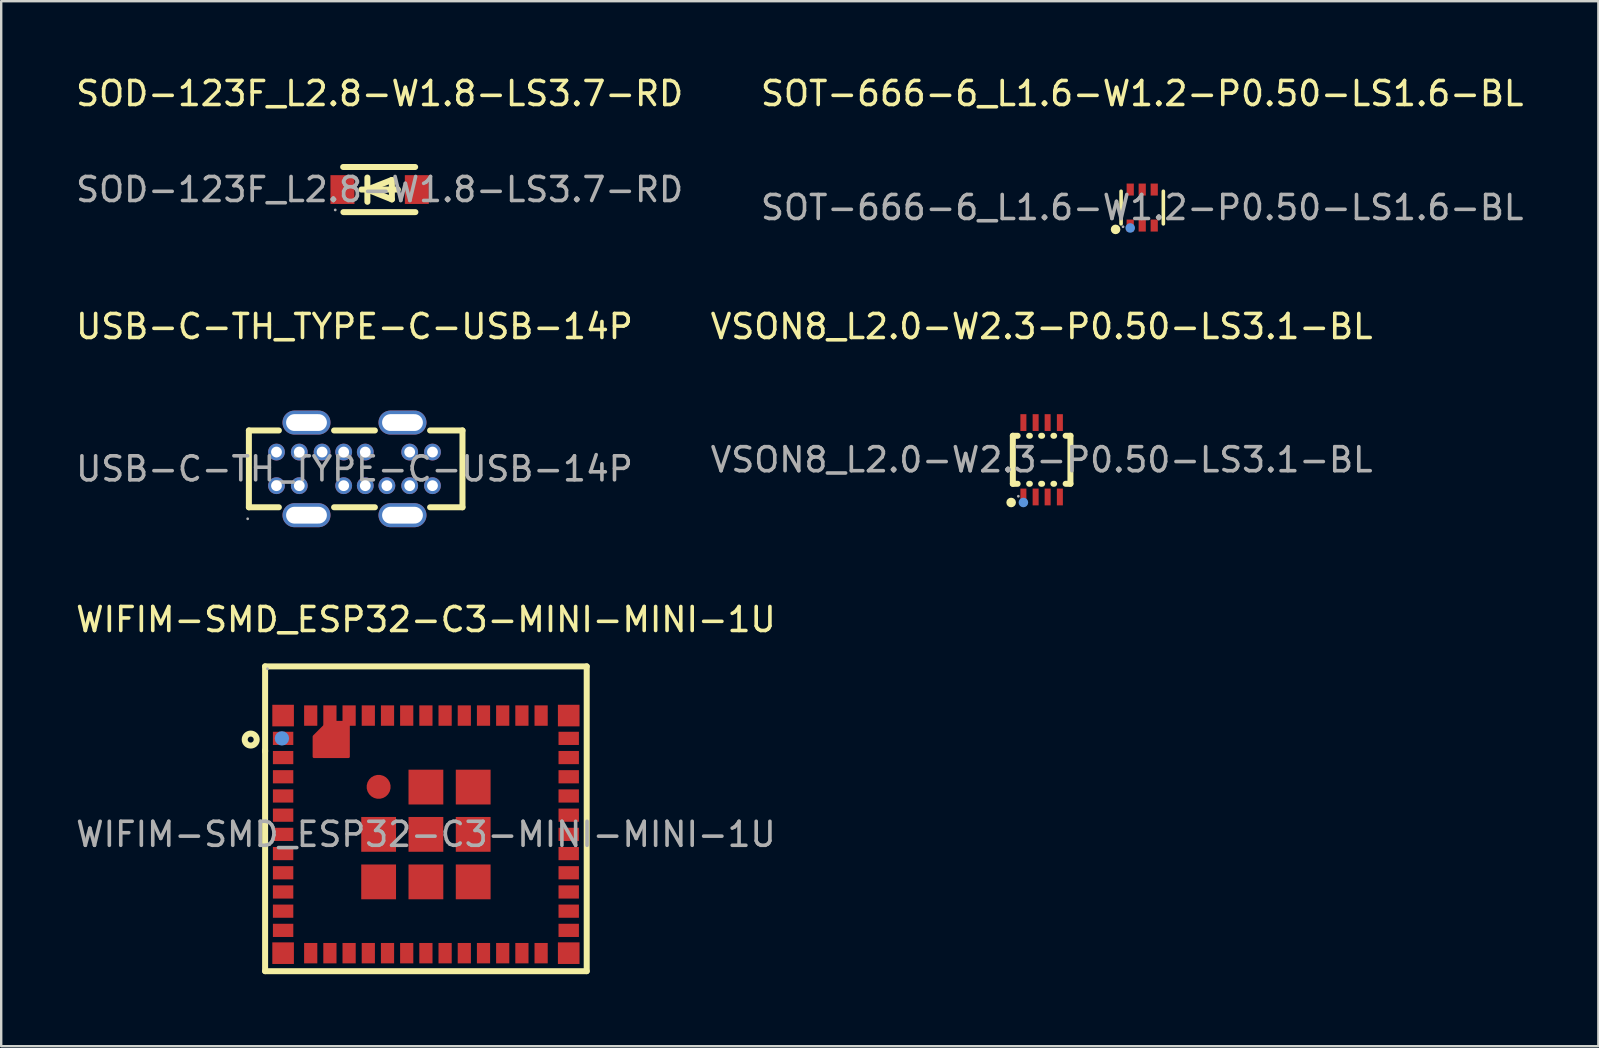
<source format=kicad_pcb>
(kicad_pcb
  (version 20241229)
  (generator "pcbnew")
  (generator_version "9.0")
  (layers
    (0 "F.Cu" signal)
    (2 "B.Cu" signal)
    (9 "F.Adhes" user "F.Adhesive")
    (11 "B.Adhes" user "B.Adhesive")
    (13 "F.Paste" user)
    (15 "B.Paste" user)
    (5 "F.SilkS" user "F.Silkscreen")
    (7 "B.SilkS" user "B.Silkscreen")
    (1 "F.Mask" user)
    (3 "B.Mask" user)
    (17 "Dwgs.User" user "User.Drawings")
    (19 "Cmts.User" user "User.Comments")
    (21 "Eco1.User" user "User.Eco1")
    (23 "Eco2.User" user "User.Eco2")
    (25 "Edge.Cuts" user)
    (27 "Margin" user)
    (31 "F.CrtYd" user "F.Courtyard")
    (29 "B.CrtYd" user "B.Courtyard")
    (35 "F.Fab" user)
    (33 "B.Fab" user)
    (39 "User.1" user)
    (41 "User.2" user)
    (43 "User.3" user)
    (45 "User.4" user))
  (footprint "SOD-123F_L2.8-W1.8-LS3.7-RD"
    (layer "F.Cu")
    (at 12.768 4.848)
    (property "Reference" "SOD-123F_L2.8-W1.8-LS3.7-RD" (at 0 -4 0) (layer "F.SilkS") (effects (font (size 1 1) (thickness 0.15))))
    (attr smd)
    (fp_line (start -1.52 -0.94) (end 1.48 -0.94) (stroke (width 0.25) (type solid)) (layer "F.SilkS"))
    (fp_line (start -1.51 0.94) (end 1.49 0.94) (stroke (width 0.25) (type solid)) (layer "F.SilkS"))
    (fp_line (start -0.76 0) (end 0.76 0) (stroke (width 0.25) (type solid)) (layer "F.SilkS"))
    (fp_line (start -0.51 -0.5) (end -0.51 0.51) (stroke (width 0.25) (type solid)) (layer "F.SilkS"))
    (fp_line (start -0.51 0) (end 0.51 -0.4) (stroke (width 0.25) (type solid)) (layer "F.SilkS"))
    (fp_line (start 0.51 -0.4) (end 0.51 0.41) (stroke (width 0.25) (type solid)) (layer "F.SilkS"))
    (fp_line (start 0.51 0.41) (end -0.51 0) (stroke (width 0.25) (type solid)) (layer "F.SilkS"))
    (fp_circle (center -1.85 0.85) (end -1.82 0.85) (stroke (width 0.06) (type solid)) (fill no) (layer "F.Fab"))
    (fp_text user "${REFERENCE}" (at 0 0 0) (layer "F.Fab") (effects (font (size 1 1) (thickness 0.15))))
    (pad "1" smd rect (at -1.55 0) (size 1 1.2) (layers "F.Cu" "F.Mask" "F.Paste"))
    (pad "2" smd rect (at 1.55 0) (size 1 1.2) (layers "F.Cu" "F.Mask" "F.Paste")))
  (footprint "SOT-666-6_L1.6-W1.2-P0.50-LS1.6-BL"
    (layer "F.Cu")
    (at 44.542 5.598)
    (property "Reference" "SOT-666-6_L1.6-W1.2-P0.50-LS1.6-BL" (at 0 -4.75 0) (layer "F.SilkS") (effects (font (size 1 1) (thickness 0.15))))
    (attr smd)
    (fp_line (start -0.88 0.68) (end -0.88 -0.68) (stroke (width 0.15) (type solid)) (layer "F.SilkS"))
    (fp_line (start 0.88 0.68) (end 0.88 -0.68) (stroke (width 0.15) (type solid)) (layer "F.SilkS"))
    (fp_circle (center -1.11 0.91) (end -1.01 0.91) (stroke (width 0.2) (type solid)) (fill no) (layer "F.SilkS"))
    (fp_circle (center -0.5 0.85) (end -0.4 0.85) (stroke (width 0.2) (type solid)) (fill no) (layer "Cmts.User"))
    (fp_circle (center -0.8 0.8) (end -0.77 0.8) (stroke (width 0.06) (type solid)) (fill no) (layer "F.Fab"))
    (fp_text user "${REFERENCE}" (at 0 0 0) (layer "F.Fab") (effects (font (size 1 1) (thickness 0.15))))
    (pad "1" smd rect (at -0.5 0.75) (size 0.3 0.5) (layers "F.Cu" "F.Mask" "F.Paste"))
    (pad "2" smd rect (at 0 0.75) (size 0.3 0.5) (layers "F.Cu" "F.Mask" "F.Paste"))
    (pad "3" smd rect (at 0.5 0.75) (size 0.3 0.5) (layers "F.Cu" "F.Mask" "F.Paste"))
    (pad "4" smd rect (at 0.5 -0.75) (size 0.3 0.5) (layers "F.Cu" "F.Mask" "F.Paste"))
    (pad "5" smd rect (at 0 -0.75) (size 0.3 0.5) (layers "F.Cu" "F.Mask" "F.Paste"))
    (pad "6" smd rect (at -0.5 -0.75) (size 0.3 0.5) (layers "F.Cu" "F.Mask" "F.Paste")))
  (footprint "VSON8_L2.0-W2.3-P0.50-LS3.1-BL"
    (layer "F.Cu")
    (at 40.351 16.107)
    (property "Reference" "VSON8_L2.0-W2.3-P0.50-LS3.1-BL" (at 0 -5.55 0) (layer "F.SilkS") (effects (font (size 1 1) (thickness 0.15))))
    (attr smd)
    (fp_line (start -1.2 -1) (end -1 -1) (stroke (width 0.25) (type solid)) (layer "F.SilkS"))
    (fp_line (start -1.2 1) (end -1.2 -1) (stroke (width 0.25) (type solid)) (layer "F.SilkS"))
    (fp_line (start -1.2 1) (end -1 1) (stroke (width 0.25) (type solid)) (layer "F.SilkS"))
    (fp_line (start -0.52 -1) (end -0.49 -1) (stroke (width 0.25) (type solid)) (layer "F.SilkS"))
    (fp_line (start -0.52 1) (end -0.49 1) (stroke (width 0.25) (type solid)) (layer "F.SilkS"))
    (fp_line (start -0.02 -1) (end 0.02 -1) (stroke (width 0.25) (type solid)) (layer "F.SilkS"))
    (fp_line (start -0.02 1) (end 0.02 1) (stroke (width 0.25) (type solid)) (layer "F.SilkS"))
    (fp_line (start 0.49 -1) (end 0.52 -1) (stroke (width 0.25) (type solid)) (layer "F.SilkS"))
    (fp_line (start 0.49 1) (end 0.52 1) (stroke (width 0.25) (type solid)) (layer "F.SilkS"))
    (fp_line (start 1 -1) (end 1.2 -1) (stroke (width 0.25) (type solid)) (layer "F.SilkS"))
    (fp_line (start 1 1) (end 1.2 1) (stroke (width 0.25) (type solid)) (layer "F.SilkS"))
    (fp_line (start 1.2 -1) (end 1.2 1) (stroke (width 0.25) (type solid)) (layer "F.SilkS"))
    (fp_circle (center -1.27 1.78) (end -1.17 1.78) (stroke (width 0.2) (type solid)) (fill no) (layer "F.SilkS"))
    (fp_circle (center -0.76 1.78) (end -0.66 1.78) (stroke (width 0.2) (type solid)) (fill no) (layer "Cmts.User"))
    (fp_circle (center -0.97 1.52) (end -0.94 1.52) (stroke (width 0.06) (type solid)) (fill no) (layer "F.Fab"))
    (fp_text user "${REFERENCE}" (at 0 0 0) (layer "F.Fab") (effects (font (size 1 1) (thickness 0.15))))
    (pad "1" smd rect (at -0.76 1.55 180) (size 0.25 0.7) (layers "F.Cu" "F.Mask" "F.Paste"))
    (pad "2" smd rect (at -0.25 1.55 180) (size 0.25 0.7) (layers "F.Cu" "F.Mask" "F.Paste"))
    (pad "3" smd rect (at 0.25 1.55 180) (size 0.25 0.7) (layers "F.Cu" "F.Mask" "F.Paste"))
    (pad "4" smd rect (at 0.76 1.55 180) (size 0.25 0.7) (layers "F.Cu" "F.Mask" "F.Paste"))
    (pad "5" smd rect (at 0.76 -1.55 180) (size 0.25 0.7) (layers "F.Cu" "F.Mask" "F.Paste"))
    (pad "6" smd rect (at 0.25 -1.55 180) (size 0.25 0.7) (layers "F.Cu" "F.Mask" "F.Paste"))
    (pad "7" smd rect (at -0.25 -1.55 180) (size 0.25 0.7) (layers "F.Cu" "F.Mask" "F.Paste"))
    (pad "8" smd rect (at -0.76 -1.55 180) (size 0.25 0.7) (layers "F.Cu" "F.Mask" "F.Paste")))
  (footprint "WIFIM-SMD_ESP32-C3-MINI-MINI-1U"
    (layer "F.Cu")
    (at 14.696 31.715)
    (property "Reference" "WIFIM-SMD_ESP32-C3-MINI-MINI-1U" (at 0 -8.95 0) (layer "F.SilkS") (effects (font (size 1 1) (thickness 0.15))))
    (attr smd)
    (fp_line (start -6.7 -7) (end -6.7 -3.45) (stroke (width 0.25) (type solid)) (layer "F.SilkS"))
    (fp_line (start -6.7 -3.5) (end -6.7 5.7) (stroke (width 0.25) (type solid)) (layer "F.SilkS"))
    (fp_line (start -6.7 5.7) (end 6.7 5.7) (stroke (width 0.25) (type solid)) (layer "F.SilkS"))
    (fp_line (start 6.7 -7) (end -6.7 -7) (stroke (width 0.25) (type solid)) (layer "F.SilkS"))
    (fp_line (start 6.7 5.7) (end 6.7 -7) (stroke (width 0.25) (type solid)) (layer "F.SilkS"))
    (fp_circle (center -7.3 -3.95) (end -7.05 -3.95) (stroke (width 0.25) (type solid)) (fill no) (layer "F.SilkS"))
    (fp_circle (center -6 -4) (end -5.85 -4) (stroke (width 0.3) (type solid)) (fill no) (layer "Cmts.User"))
    (fp_circle (center -6.6 -6.9) (end -6.57 -6.9) (stroke (width 0.06) (type solid)) (fill no) (layer "F.Fab"))
    (fp_text user "${REFERENCE}" (at 0 0 0) (layer "F.Fab") (effects (font (size 1 1) (thickness 0.15))))
    (pad "1" smd rect (at -5.95 -4) (size 0.85 0.55) (layers "F.Cu" "F.Mask" "F.Paste"))
    (pad "2" smd rect (at -5.95 -3.2) (size 0.85 0.55) (layers "F.Cu" "F.Mask" "F.Paste"))
    (pad "3" smd rect (at -5.95 -2.4) (size 0.85 0.55) (layers "F.Cu" "F.Mask" "F.Paste"))
    (pad "4" smd rect (at -5.95 -1.6) (size 0.85 0.55) (layers "F.Cu" "F.Mask" "F.Paste"))
    (pad "5" smd rect (at -5.95 -0.8) (size 0.85 0.55) (layers "F.Cu" "F.Mask" "F.Paste"))
    (pad "6" smd rect (at -5.95 0) (size 0.85 0.55) (layers "F.Cu" "F.Mask" "F.Paste"))
    (pad "7" smd rect (at -5.95 0.8) (size 0.85 0.55) (layers "F.Cu" "F.Mask" "F.Paste"))
    (pad "8" smd rect (at -5.95 1.6) (size 0.85 0.55) (layers "F.Cu" "F.Mask" "F.Paste"))
    (pad "9" smd rect (at -5.95 2.4) (size 0.85 0.55) (layers "F.Cu" "F.Mask" "F.Paste"))
    (pad "10" smd rect (at -5.95 3.2) (size 0.85 0.55) (layers "F.Cu" "F.Mask" "F.Paste"))
    (pad "11" smd rect (at -5.95 4) (size 0.85 0.55) (layers "F.Cu" "F.Mask" "F.Paste"))
    (pad "12" smd rect (at -4.8 4.95 90) (size 0.85 0.55) (layers "F.Cu" "F.Mask" "F.Paste"))
    (pad "13" smd rect (at -4 4.95 90) (size 0.85 0.55) (layers "F.Cu" "F.Mask" "F.Paste"))
    (pad "14" smd rect (at -3.2 4.95 90) (size 0.85 0.55) (layers "F.Cu" "F.Mask" "F.Paste"))
    (pad "15" smd rect (at -2.4 4.95 90) (size 0.85 0.55) (layers "F.Cu" "F.Mask" "F.Paste"))
    (pad "16" smd rect (at -1.6 4.95 90) (size 0.85 0.55) (layers "F.Cu" "F.Mask" "F.Paste"))
    (pad "17" smd rect (at -0.8 4.95 90) (size 0.85 0.55) (layers "F.Cu" "F.Mask" "F.Paste"))
    (pad "18" smd rect (at 0 4.95 90) (size 0.85 0.55) (layers "F.Cu" "F.Mask" "F.Paste"))
    (pad "19" smd rect (at 0.8 4.95 90) (size 0.85 0.55) (layers "F.Cu" "F.Mask" "F.Paste"))
    (pad "20" smd rect (at 1.6 4.95 90) (size 0.85 0.55) (layers "F.Cu" "F.Mask" "F.Paste"))
    (pad "21" smd rect (at 2.4 4.95 90) (size 0.85 0.55) (layers "F.Cu" "F.Mask" "F.Paste"))
    (pad "22" smd rect (at 3.2 4.95 90) (size 0.85 0.55) (layers "F.Cu" "F.Mask" "F.Paste"))
    (pad "23" smd rect (at 4 4.95 90) (size 0.85 0.55) (layers "F.Cu" "F.Mask" "F.Paste"))
    (pad "24" smd rect (at 4.8 4.95 90) (size 0.85 0.55) (layers "F.Cu" "F.Mask" "F.Paste"))
    (pad "25" smd rect (at 5.95 4 180) (size 0.85 0.55) (layers "F.Cu" "F.Mask" "F.Paste"))
    (pad "26" smd rect (at 5.95 3.2 180) (size 0.85 0.55) (layers "F.Cu" "F.Mask" "F.Paste"))
    (pad "27" smd rect (at 5.95 2.4 180) (size 0.85 0.55) (layers "F.Cu" "F.Mask" "F.Paste"))
    (pad "28" smd rect (at 5.95 1.6 180) (size 0.85 0.55) (layers "F.Cu" "F.Mask" "F.Paste"))
    (pad "29" smd rect (at 5.95 0.8 180) (size 0.85 0.55) (layers "F.Cu" "F.Mask" "F.Paste"))
    (pad "30" smd rect (at 5.95 0 180) (size 0.85 0.55) (layers "F.Cu" "F.Mask" "F.Paste"))
    (pad "31" smd rect (at 5.95 -0.8) (size 0.85 0.55) (layers "F.Cu" "F.Mask" "F.Paste"))
    (pad "32" smd rect (at 5.95 -1.6) (size 0.85 0.55) (layers "F.Cu" "F.Mask" "F.Paste"))
    (pad "33" smd rect (at 5.95 -2.4) (size 0.85 0.55) (layers "F.Cu" "F.Mask" "F.Paste"))
    (pad "34" smd rect (at 5.95 -3.2) (size 0.85 0.55) (layers "F.Cu" "F.Mask" "F.Paste"))
    (pad "35" smd rect (at 5.95 -4) (size 0.85 0.55) (layers "F.Cu" "F.Mask" "F.Paste"))
    (pad "36" smd rect (at 4.8 -4.95 90) (size 0.85 0.55) (layers "F.Cu" "F.Mask" "F.Paste"))
    (pad "37" smd rect (at 4 -4.95 90) (size 0.85 0.55) (layers "F.Cu" "F.Mask" "F.Paste"))
    (pad "38" smd rect (at 3.2 -4.95 90) (size 0.85 0.55) (layers "F.Cu" "F.Mask" "F.Paste"))
    (pad "39" smd rect (at 2.4 -4.95 90) (size 0.85 0.55) (layers "F.Cu" "F.Mask" "F.Paste"))
    (pad "40" smd rect (at 1.6 -4.95 90) (size 0.85 0.55) (layers "F.Cu" "F.Mask" "F.Paste"))
    (pad "41" smd rect (at 0.8 -4.95 90) (size 0.85 0.55) (layers "F.Cu" "F.Mask" "F.Paste"))
    (pad "42" smd rect (at 0 -4.95 90) (size 0.85 0.55) (layers "F.Cu" "F.Mask" "F.Paste"))
    (pad "43" smd rect (at -0.8 -4.95 90) (size 0.85 0.55) (layers "F.Cu" "F.Mask" "F.Paste"))
    (pad "44" smd rect (at -1.6 -4.95 90) (size 0.85 0.55) (layers "F.Cu" "F.Mask" "F.Paste"))
    (pad "45" smd rect (at -2.4 -4.95 90) (size 0.85 0.55) (layers "F.Cu" "F.Mask" "F.Paste"))
    (pad "46" smd rect (at -3.2 -4.95 90) (size 0.85 0.55) (layers "F.Cu" "F.Mask" "F.Paste"))
    (pad "47" smd rect (at -4 -4.95 90) (size 0.85 0.55) (layers "F.Cu" "F.Mask" "F.Paste"))
    (pad "48" smd rect (at -4.8 -4.95 90) (size 0.85 0.55) (layers "F.Cu" "F.Mask" "F.Paste"))
    (pad "49" smd custom (at -1.97 -1.98) (size 1 1) (layers "F.Cu" "F.Mask" "F.Paste") (options (anchor circle)) (primitives (gr_poly (pts (xy -2.7 -2.1) (xy -2.1 -2.7) (xy -1.25 -2.7) (xy -1.25 -1.25) (xy -2.7 -1.25)) (width 0.1) (fill yes))))
    (pad "49" smd rect (at -1.97 0) (size 1.45 1.45) (layers "F.Cu" "F.Mask" "F.Paste"))
    (pad "49" smd rect (at -1.97 1.98) (size 1.45 1.45) (layers "F.Cu" "F.Mask" "F.Paste"))
    (pad "49" smd rect (at 0 -1.97) (size 1.45 1.45) (layers "F.Cu" "F.Mask" "F.Paste"))
    (pad "49" smd rect (at 0 0) (size 1.45 1.45) (layers "F.Cu" "F.Mask" "F.Paste"))
    (pad "49" smd rect (at 0 1.98) (size 1.45 1.45) (layers "F.Cu" "F.Mask" "F.Paste"))
    (pad "49" smd rect (at 1.97 -1.97) (size 1.45 1.45) (layers "F.Cu" "F.Mask" "F.Paste"))
    (pad "49" smd rect (at 1.97 0) (size 1.45 1.45) (layers "F.Cu" "F.Mask" "F.Paste"))
    (pad "49" smd rect (at 1.97 1.98) (size 1.45 1.45) (layers "F.Cu" "F.Mask" "F.Paste"))
    (pad "50" smd rect (at 5.95 -4.95) (size 0.9 0.9) (layers "F.Cu" "F.Mask" "F.Paste"))
    (pad "51" smd rect (at 5.95 4.95) (size 0.9 0.9) (layers "F.Cu" "F.Mask" "F.Paste"))
    (pad "52" smd rect (at -5.95 4.95) (size 0.9 0.9) (layers "F.Cu" "F.Mask" "F.Paste"))
    (pad "53" smd rect (at -5.95 -4.95) (size 0.9 0.9) (layers "F.Cu" "F.Mask" "F.Paste")))
  (footprint "USB-C-TH_TYPE-C-USB-14P"
    (layer "F.Cu")
    (at 11.72 16.486)
    (property "Reference" "USB-C-TH_TYPE-C-USB-14P" (at 0 -5.93 0) (layer "F.SilkS") (effects (font (size 1 1) (thickness 0.15))))
    (attr through_hole)
    (fp_line (start -4.4 -1.6) (end -3.15 -1.6) (stroke (width 0.25) (type solid)) (layer "F.SilkS"))
    (fp_line (start -4.4 1.6) (end -4.4 -1.6) (stroke (width 0.25) (type solid)) (layer "F.SilkS"))
    (fp_line (start -3.15 1.6) (end -4.4 1.6) (stroke (width 0.25) (type solid)) (layer "F.SilkS"))
    (fp_line (start -0.85 -1.6) (end 0.85 -1.6) (stroke (width 0.25) (type solid)) (layer "F.SilkS"))
    (fp_line (start 0.85 1.6) (end -0.85 1.6) (stroke (width 0.25) (type solid)) (layer "F.SilkS"))
    (fp_line (start 3.15 -1.6) (end 4.5 -1.6) (stroke (width 0.25) (type solid)) (layer "F.SilkS"))
    (fp_line (start 4.5 -1.6) (end 4.5 1.6) (stroke (width 0.25) (type solid)) (layer "F.SilkS"))
    (fp_line (start 4.5 1.6) (end 3.15 1.6) (stroke (width 0.25) (type solid)) (layer "F.SilkS"))
    (fp_circle (center -4.45 2.08) (end -4.42 2.08) (stroke (width 0.06) (type solid)) (fill no) (layer "F.Fab"))
    (fp_text user "${REFERENCE}" (at 0 0 0) (layer "F.Fab") (effects (font (size 1 1) (thickness 0.15))))
    (pad "0" thru_hole oval (at -2 -1.93 90) (size 1 2) (drill oval 0.7 1.7) (layers "*.Cu" "*.Mask"))
    (pad "0" thru_hole oval (at -2 1.93 90) (size 1 2) (drill oval 0.7 1.7) (layers "*.Cu" "*.Mask"))
    (pad "0" thru_hole oval (at 2 -1.93 90) (size 1 2) (drill oval 0.7 1.7) (layers "*.Cu" "*.Mask"))
    (pad "0" thru_hole oval (at 2 1.93 90) (size 1 2) (drill oval 0.7 1.7) (layers "*.Cu" "*.Mask"))
    (pad "1" thru_hole circle (at -3.25 0.7) (size 0.7 0.7) (drill 0.45) (layers "*.Cu" "*.Mask"))
    (pad "2" thru_hole circle (at -2.3 0.7) (size 0.7 0.7) (drill 0.45) (layers "*.Cu" "*.Mask"))
    (pad "3" thru_hole circle (at -0.45 0.7) (size 0.7 0.7) (drill 0.45) (layers "*.Cu" "*.Mask"))
    (pad "4" thru_hole circle (at 0.45 0.7) (size 0.7 0.7) (drill 0.45) (layers "*.Cu" "*.Mask"))
    (pad "5" thru_hole circle (at 1.35 0.7) (size 0.7 0.7) (drill 0.45) (layers "*.Cu" "*.Mask"))
    (pad "6" thru_hole circle (at 2.3 0.7) (size 0.7 0.7) (drill 0.45) (layers "*.Cu" "*.Mask"))
    (pad "7" thru_hole circle (at 3.25 0.7) (size 0.7 0.7) (drill 0.45) (layers "*.Cu" "*.Mask"))
    (pad "8" thru_hole circle (at 3.25 -0.7) (size 0.7 0.7) (drill 0.45) (layers "*.Cu" "*.Mask"))
    (pad "9" thru_hole circle (at 2.3 -0.7) (size 0.7 0.7) (drill 0.45) (layers "*.Cu" "*.Mask"))
    (pad "10" thru_hole circle (at 0.45 -0.7) (size 0.7 0.7) (drill 0.45) (layers "*.Cu" "*.Mask"))
    (pad "11" thru_hole circle (at -0.45 -0.7) (size 0.7 0.7) (drill 0.45) (layers "*.Cu" "*.Mask"))
    (pad "12" thru_hole circle (at -1.35 -0.7) (size 0.7 0.7) (drill 0.45) (layers "*.Cu" "*.Mask"))
    (pad "13" thru_hole circle (at -2.3 -0.7) (size 0.7 0.7) (drill 0.45) (layers "*.Cu" "*.Mask"))
    (pad "14" thru_hole circle (at -3.25 -0.7) (size 0.7 0.7) (drill 0.45) (layers "*.Cu" "*.Mask")))
  (gr_rect
    (start -3 -3)
    (end 63.548 40.54)
    (stroke (width 0.1) (type default))
    (fill no)
    (layer "Edge.Cuts")))
</source>
